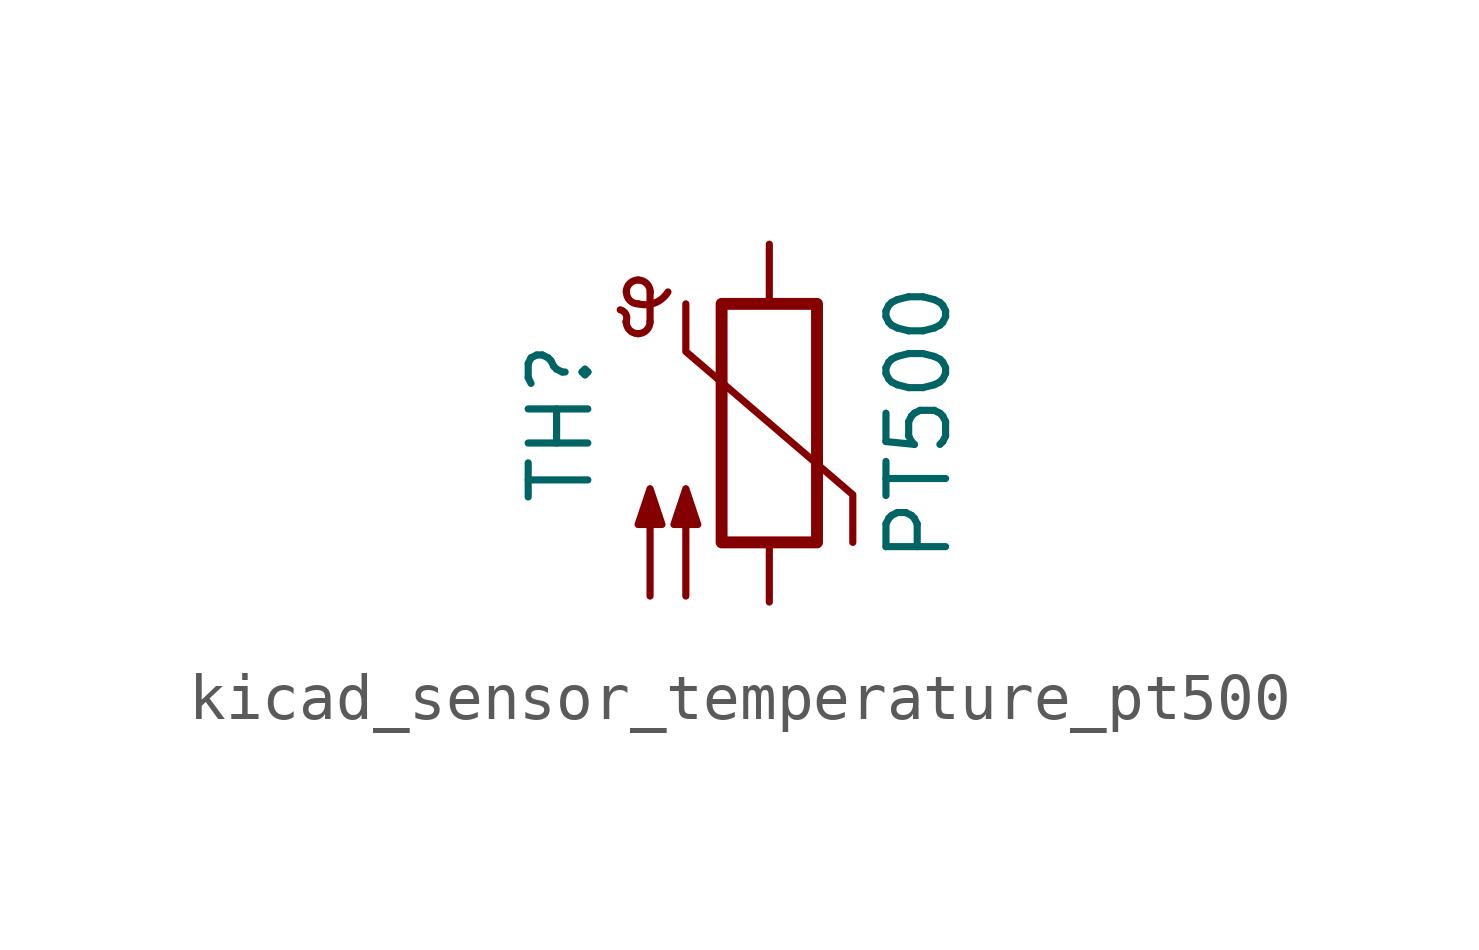
<source format=kicad_sym>
(kicad_symbol_lib
  (version 20220914)
  (generator kicad_symbol_editor)
  (symbol "kicad_sensor_temperature_pt500"
    (pin_numbers hide)
    (pin_names
      (offset 0))
    (property "Reference" "TH"
      (at -4.445 0 90)
      (effects (font (size 1.27 1.27))))
    (property "Value" "PT500"
      (at 3.175 0 90)
      (effects (font (size 1.27 1.27))))
    (symbol "kicad_sensor_temperature_pt500_0_1"
      (arc (start -3.048 2.159) (mid -3.0495 2.3143) (end -3.175 2.413) (stroke (width 0) (type default)) (fill (type none)))
      (arc (start -3.048 2.159) (mid -2.9736 1.9794) (end -2.794 1.905) (stroke (width 0) (type default)) (fill (type none)))
      (arc (start -3.048 2.794) (mid -2.9736 2.6144) (end -2.794 2.54) (stroke (width 0) (type default)) (fill (type none)))
      (arc (start -2.794 1.905) (mid -2.6144 1.9794) (end -2.54 2.159) (stroke (width 0) (type default)) (fill (type none)))
      (arc (start -2.794 2.54) (mid -2.4393 2.5587) (end -2.159 2.794) (stroke (width 0) (type default)) (fill (type none)))
      (arc (start -2.794 3.048) (mid -2.9736 2.9736) (end -3.048 2.794) (stroke (width 0) (type default)) (fill (type none)))
      (arc (start -2.54 2.794) (mid -2.6144 2.9736) (end -2.794 3.048) (stroke (width 0) (type default)) (fill (type none)))
      (rectangle (start -1.016 2.54) (end 1.016 -2.54) (stroke (width 0.254) (type default)) (fill (type none)))
      (polyline (pts (xy -2.54 2.159) (xy -2.54 2.794)) (stroke (width 0) (type default)) (fill (type none)))
      (polyline (pts (xy -1.778 2.54) (xy -1.778 1.524) (xy 1.778 -1.524) (xy 1.778 -2.54)) (stroke (width 0) (type default)) (fill (type none)))
      (polyline (pts (xy -2.54 -3.683) (xy -2.54 -1.397) (xy -2.794 -2.159) (xy -2.286 -2.159) (xy -2.54 -1.397) (xy -2.54 -1.651)) (stroke (width 0) (type default)) (fill (type outline)))
      (polyline (pts (xy -1.778 -3.683) (xy -1.778 -1.397) (xy -2.032 -2.159) (xy -1.524 -2.159) (xy -1.778 -1.397) (xy -1.778 -1.651)) (stroke (width 0) (type default)) (fill (type outline))))
    (symbol "kicad_sensor_temperature_pt500_1_1"
      (pin passive line (at 0 3.81 270) (length 1.27) (name "~" (effects (font (size 1.27 1.27)))) (number "1" (effects (font (size 1.27 1.27)))))
      (pin passive line (at 0 -3.81 90) (length 1.27) (name "~" (effects (font (size 1.27 1.27)))) (number "2" (effects (font (size 1.27 1.27))))))))
</source>
